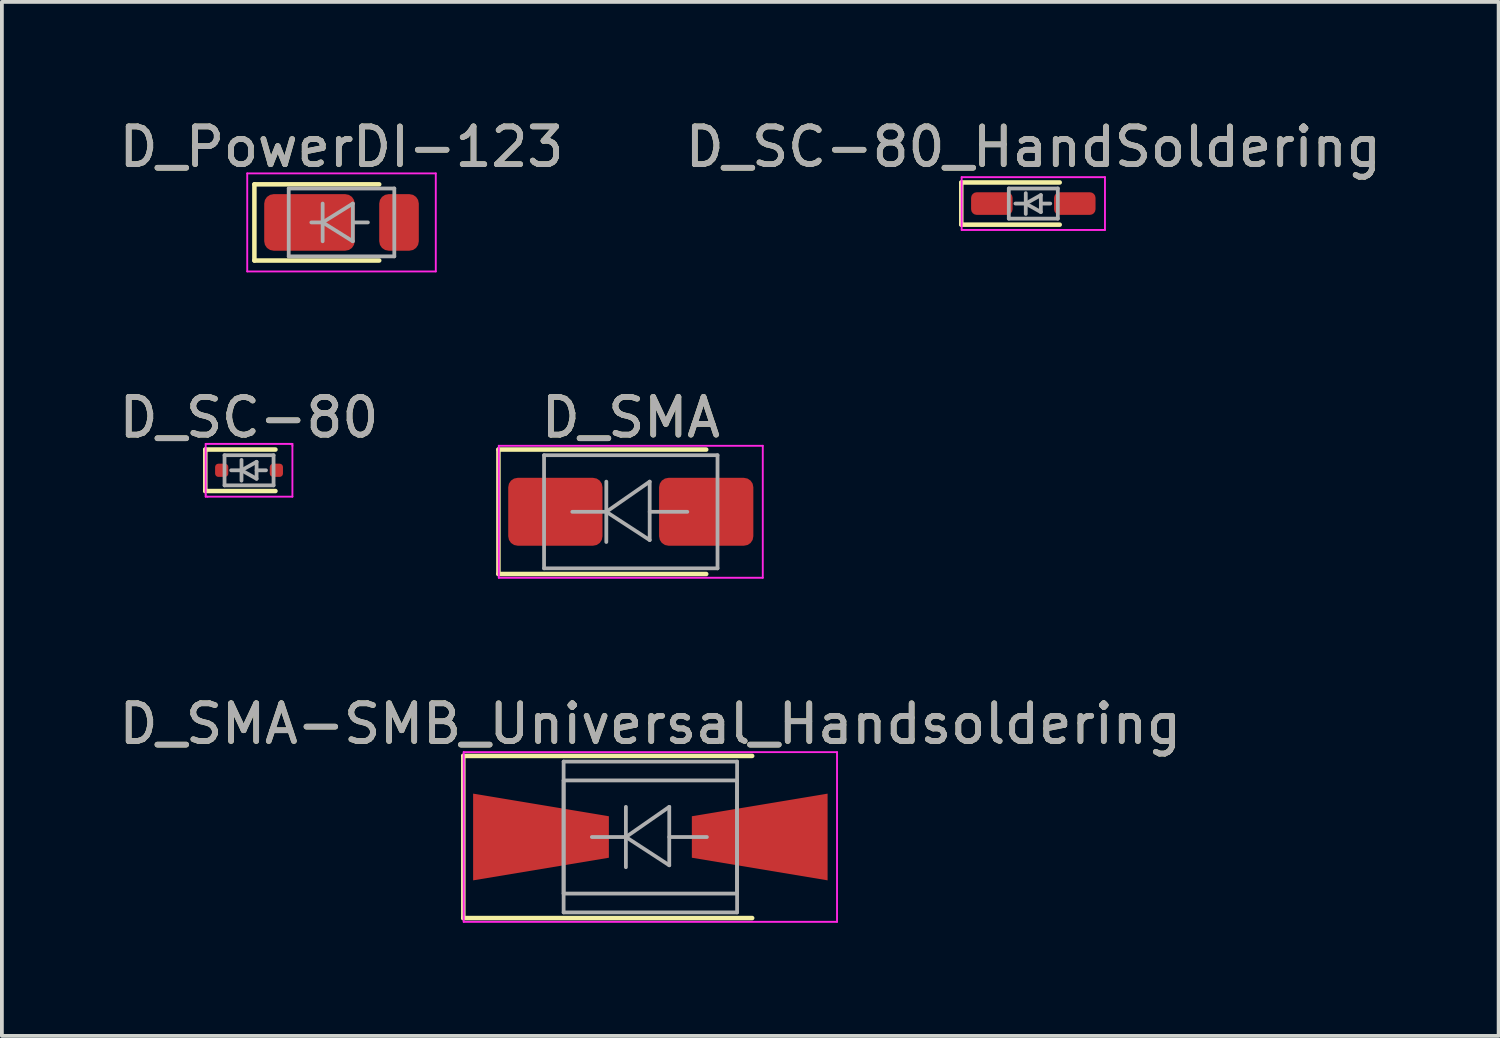
<source format=kicad_pcb>
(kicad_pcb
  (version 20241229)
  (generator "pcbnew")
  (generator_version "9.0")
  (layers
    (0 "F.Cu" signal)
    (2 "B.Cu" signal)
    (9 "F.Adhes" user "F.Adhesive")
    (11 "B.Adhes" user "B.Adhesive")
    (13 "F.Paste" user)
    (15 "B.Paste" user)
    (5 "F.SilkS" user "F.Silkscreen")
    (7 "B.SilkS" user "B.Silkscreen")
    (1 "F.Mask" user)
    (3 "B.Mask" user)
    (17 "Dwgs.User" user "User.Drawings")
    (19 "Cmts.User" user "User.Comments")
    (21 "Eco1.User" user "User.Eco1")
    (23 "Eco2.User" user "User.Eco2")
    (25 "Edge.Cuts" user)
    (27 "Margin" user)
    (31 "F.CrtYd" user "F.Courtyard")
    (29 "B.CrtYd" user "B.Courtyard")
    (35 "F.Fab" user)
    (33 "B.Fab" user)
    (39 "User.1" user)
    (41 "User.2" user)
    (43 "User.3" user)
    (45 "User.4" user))
  (footprint "D_SC-80_HandSoldering"
    (layer "F.Cu")
    (at 24.351 2.348)
    (property "Reference" "D_SC-80_HandSoldering" (at 0 -1.5 0) (layer "F.SilkS") (effects (font (size 1 1) (thickness 0.15))))
    (attr smd)
    (fp_line (start -1.91 -0.56) (end 0.7 -0.56) (stroke (width 0.12) (type solid)) (layer "F.SilkS"))
    (fp_line (start -1.91 -0.55) (end -1.91 0.55) (stroke (width 0.12) (type solid)) (layer "F.SilkS"))
    (fp_line (start -1.91 0.56) (end 0.7 0.56) (stroke (width 0.12) (type solid)) (layer "F.SilkS"))
    (fp_line (start -1.9 0.7) (end -1.9 -0.7) (stroke (width 0.05) (type solid)) (layer "F.CrtYd"))
    (fp_line (start -1.9 0.7) (end 1.9 0.7) (stroke (width 0.05) (type solid)) (layer "F.CrtYd"))
    (fp_line (start 1.9 -0.7) (end -1.9 -0.7) (stroke (width 0.05) (type solid)) (layer "F.CrtYd"))
    (fp_line (start 1.9 -0.7) (end 1.9 0.7) (stroke (width 0.05) (type solid)) (layer "F.CrtYd"))
    (fp_line (start -0.65 -0.4) (end 0.65 -0.4) (stroke (width 0.1) (type solid)) (layer "F.Fab"))
    (fp_line (start -0.65 0.4) (end -0.65 -0.4) (stroke (width 0.1) (type solid)) (layer "F.Fab"))
    (fp_line (start -0.2 -0.275) (end -0.2 0.275) (stroke (width 0.1) (type solid)) (layer "F.Fab"))
    (fp_line (start -0.2 0) (end -0.475 0) (stroke (width 0.1) (type solid)) (layer "F.Fab"))
    (fp_line (start -0.2 0) (end 0.2 -0.225) (stroke (width 0.1) (type solid)) (layer "F.Fab"))
    (fp_line (start 0.2 -0.225) (end 0.2 0.225) (stroke (width 0.1) (type solid)) (layer "F.Fab"))
    (fp_line (start 0.2 0) (end 0.45 0) (stroke (width 0.1) (type solid)) (layer "F.Fab"))
    (fp_line (start 0.2 0.225) (end -0.2 0) (stroke (width 0.1) (type solid)) (layer "F.Fab"))
    (fp_line (start 0.65 -0.4) (end 0.65 0.4) (stroke (width 0.1) (type solid)) (layer "F.Fab"))
    (fp_line (start 0.65 0.4) (end -0.65 0.4) (stroke (width 0.1) (type solid)) (layer "F.Fab"))
    (fp_text user "${REFERENCE}" (at 0 -1.5 0) (layer "F.Fab") (effects (font (size 1 1) (thickness 0.15))))
    (pad "1" smd roundrect (at -1.1 0) (size 1.1 0.6) (layers "F.Cu" "F.Mask" "F.Paste") (roundrect_rratio 0.25))
    (pad "2" smd roundrect (at 1.1 0) (size 1.1 0.6) (layers "F.Cu" "F.Mask" "F.Paste") (roundrect_rratio 0.25)))
  (footprint "D_SC-80"
    (layer "F.Cu")
    (at 3.554 9.421)
    (property "Reference" "D_SC-80" (at 0 -1.4 0) (layer "F.SilkS") (effects (font (size 1 1) (thickness 0.15))))
    (attr smd)
    (fp_line (start -1.16 -0.55) (end -1.16 0.55) (stroke (width 0.12) (type solid)) (layer "F.SilkS"))
    (fp_line (start -1.16 0.55) (end 0.7 0.55) (stroke (width 0.12) (type solid)) (layer "F.SilkS"))
    (fp_line (start 0.7 -0.55) (end -1.16 -0.55) (stroke (width 0.12) (type solid)) (layer "F.SilkS"))
    (fp_line (start -1.15 -0.7) (end 1.1 -0.7) (stroke (width 0.05) (type solid)) (layer "F.CrtYd"))
    (fp_line (start -1.15 0.65) (end -1.15 -0.7) (stroke (width 0.05) (type solid)) (layer "F.CrtYd"))
    (fp_line (start -1.15 0.65) (end -1.15 0.7) (stroke (width 0.05) (type solid)) (layer "F.CrtYd"))
    (fp_line (start -1.15 0.7) (end -1.1 0.7) (stroke (width 0.05) (type solid)) (layer "F.CrtYd"))
    (fp_line (start 1.1 -0.7) (end 1.15 -0.7) (stroke (width 0.05) (type solid)) (layer "F.CrtYd"))
    (fp_line (start 1.15 -0.7) (end 1.15 -0.65) (stroke (width 0.05) (type solid)) (layer "F.CrtYd"))
    (fp_line (start 1.15 -0.65) (end 1.15 0.7) (stroke (width 0.05) (type solid)) (layer "F.CrtYd"))
    (fp_line (start 1.15 0.7) (end -1.1 0.7) (stroke (width 0.05) (type solid)) (layer "F.CrtYd"))
    (fp_line (start -0.65 -0.4) (end 0.65 -0.4) (stroke (width 0.1) (type solid)) (layer "F.Fab"))
    (fp_line (start -0.65 0.4) (end -0.65 -0.4) (stroke (width 0.1) (type solid)) (layer "F.Fab"))
    (fp_line (start -0.2 -0.275) (end -0.2 0.275) (stroke (width 0.1) (type solid)) (layer "F.Fab"))
    (fp_line (start -0.2 0) (end -0.475 0) (stroke (width 0.1) (type solid)) (layer "F.Fab"))
    (fp_line (start -0.2 0) (end 0.2 -0.225) (stroke (width 0.1) (type solid)) (layer "F.Fab"))
    (fp_line (start 0.2 -0.225) (end 0.2 0.225) (stroke (width 0.1) (type solid)) (layer "F.Fab"))
    (fp_line (start 0.2 0) (end 0.45 0) (stroke (width 0.1) (type solid)) (layer "F.Fab"))
    (fp_line (start 0.2 0.225) (end -0.2 0) (stroke (width 0.1) (type solid)) (layer "F.Fab"))
    (fp_line (start 0.65 -0.4) (end 0.65 0.4) (stroke (width 0.1) (type solid)) (layer "F.Fab"))
    (fp_line (start 0.65 0.4) (end -0.65 0.4) (stroke (width 0.1) (type solid)) (layer "F.Fab"))
    (fp_text user "${REFERENCE}" (at 0 -1.4 0) (layer "F.Fab") (effects (font (size 1 1) (thickness 0.15))))
    (pad "1" smd roundrect (at -0.725 0) (size 0.35 0.35) (layers "F.Cu" "F.Mask" "F.Paste") (roundrect_rratio 0.25))
    (pad "2" smd roundrect (at 0.725 0) (size 0.35 0.35) (layers "F.Cu" "F.Mask" "F.Paste") (roundrect_rratio 0.25)))
  (footprint "D_PowerDI-123"
    (layer "F.Cu")
    (at 6.006 2.848)
    (property "Reference" "D_PowerDI-123" (at 0 -2 0) (layer "F.SilkS") (effects (font (size 1 1) (thickness 0.15))))
    (attr smd)
    (fp_line (start -2.31 1.01) (end -2.31 -1.01) (stroke (width 0.12) (type solid)) (layer "F.SilkS"))
    (fp_line (start -2.31 1.01) (end 1 1.01) (stroke (width 0.12) (type solid)) (layer "F.SilkS"))
    (fp_line (start 1 -1.01) (end -2.31 -1.01) (stroke (width 0.12) (type solid)) (layer "F.SilkS"))
    (fp_line (start -2.5 -1.3) (end 2.5 -1.3) (stroke (width 0.05) (type solid)) (layer "F.CrtYd"))
    (fp_line (start -2.5 1.3) (end -2.5 -1.3) (stroke (width 0.05) (type solid)) (layer "F.CrtYd"))
    (fp_line (start 2.5 -1.3) (end 2.5 1.3) (stroke (width 0.05) (type solid)) (layer "F.CrtYd"))
    (fp_line (start 2.5 1.3) (end -2.5 1.3) (stroke (width 0.05) (type solid)) (layer "F.CrtYd"))
    (fp_line (start -1.4 -0.9) (end 1.4 -0.9) (stroke (width 0.1) (type solid)) (layer "F.Fab"))
    (fp_line (start -1.4 0.9) (end -1.4 -0.9) (stroke (width 0.1) (type solid)) (layer "F.Fab"))
    (fp_line (start -0.8 0) (end -0.5 0) (stroke (width 0.1) (type solid)) (layer "F.Fab"))
    (fp_line (start -0.5 0) (end -0.5 -0.5) (stroke (width 0.1) (type solid)) (layer "F.Fab"))
    (fp_line (start -0.5 0) (end -0.5 0.5) (stroke (width 0.1) (type solid)) (layer "F.Fab"))
    (fp_line (start -0.5 0) (end 0.3 0.5) (stroke (width 0.1) (type solid)) (layer "F.Fab"))
    (fp_line (start 0.3 -0.5) (end -0.5 0) (stroke (width 0.1) (type solid)) (layer "F.Fab"))
    (fp_line (start 0.3 0) (end 0.7 0) (stroke (width 0.1) (type solid)) (layer "F.Fab"))
    (fp_line (start 0.3 0.5) (end 0.3 -0.5) (stroke (width 0.1) (type solid)) (layer "F.Fab"))
    (fp_line (start 1.4 -0.9) (end 1.4 0.9) (stroke (width 0.1) (type solid)) (layer "F.Fab"))
    (fp_line (start 1.4 0.9) (end -1.4 0.9) (stroke (width 0.1) (type solid)) (layer "F.Fab"))
    (fp_text user "${REFERENCE}" (at 0 -2 0) (layer "F.Fab") (effects (font (size 1 1) (thickness 0.15))))
    (pad "1" smd roundrect (at -0.85 0 180) (size 2.4 1.5) (layers "F.Cu" "F.Mask" "F.Paste") (roundrect_rratio 0.167))
    (pad "2" smd roundrect (at 1.525 0 180) (size 1.05 1.5) (layers "F.Cu" "F.Mask" "F.Paste") (roundrect_rratio 0.238)))
  (footprint "D_SMA"
    (layer "F.Cu")
    (at 13.677 10.521)
    (property "Reference" "D_SMA" (at 0 -2.5 0) (layer "F.SilkS") (effects (font (size 1 1) (thickness 0.15))))
    (attr smd)
    (fp_line (start -3.51 -1.65) (end -3.51 1.65) (stroke (width 0.12) (type solid)) (layer "F.SilkS"))
    (fp_line (start -3.51 -1.65) (end 2 -1.65) (stroke (width 0.12) (type solid)) (layer "F.SilkS"))
    (fp_line (start -3.51 1.65) (end 2 1.65) (stroke (width 0.12) (type solid)) (layer "F.SilkS"))
    (fp_line (start -3.5 -1.75) (end 3.5 -1.75) (stroke (width 0.05) (type solid)) (layer "F.CrtYd"))
    (fp_line (start -3.5 1.75) (end -3.5 -1.75) (stroke (width 0.05) (type solid)) (layer "F.CrtYd"))
    (fp_line (start 3.5 -1.75) (end 3.5 1.75) (stroke (width 0.05) (type solid)) (layer "F.CrtYd"))
    (fp_line (start 3.5 1.75) (end -3.5 1.75) (stroke (width 0.05) (type solid)) (layer "F.CrtYd"))
    (fp_line (start -2.3 1.5) (end -2.3 -1.5) (stroke (width 0.1) (type solid)) (layer "F.Fab"))
    (fp_line (start -0.649 -0.799) (end -0.649 0.801) (stroke (width 0.1) (type solid)) (layer "F.Fab"))
    (fp_line (start -0.649 0.001) (end -1.551 0.001) (stroke (width 0.1) (type solid)) (layer "F.Fab"))
    (fp_line (start -0.649 0.001) (end 0.501 -0.799) (stroke (width 0.1) (type solid)) (layer "F.Fab"))
    (fp_line (start -0.649 0.001) (end 0.501 0.75) (stroke (width 0.1) (type solid)) (layer "F.Fab"))
    (fp_line (start 0.501 0.001) (end 1.499 0.001) (stroke (width 0.1) (type solid)) (layer "F.Fab"))
    (fp_line (start 0.501 0.75) (end 0.501 -0.799) (stroke (width 0.1) (type solid)) (layer "F.Fab"))
    (fp_line (start 2.3 -1.5) (end -2.3 -1.5) (stroke (width 0.1) (type solid)) (layer "F.Fab"))
    (fp_line (start 2.3 -1.5) (end 2.3 1.5) (stroke (width 0.1) (type solid)) (layer "F.Fab"))
    (fp_line (start 2.3 1.5) (end -2.3 1.5) (stroke (width 0.1) (type solid)) (layer "F.Fab"))
    (fp_text user "${REFERENCE}" (at 0 -2.5 0) (layer "F.Fab") (effects (font (size 1 1) (thickness 0.15))))
    (pad "1" smd roundrect (at -2 0) (size 2.5 1.8) (layers "F.Cu" "F.Mask" "F.Paste") (roundrect_rratio 0.139))
    (pad "2" smd roundrect (at 2 0) (size 2.5 1.8) (layers "F.Cu" "F.Mask" "F.Paste") (roundrect_rratio 0.139)))
  (footprint "D_SMA-SMB_Universal_Handsoldering"
    (layer "F.Cu")
    (at 14.196 19.145)
    (property "Reference" "D_SMA-SMB_Universal_Handsoldering" (at 0 -3 0) (layer "F.SilkS") (effects (font (size 1 1) (thickness 0.15))))
    (attr smd)
    (fp_line (start -4.96 -2.15) (end -4.96 2.15) (stroke (width 0.12) (type solid)) (layer "F.SilkS"))
    (fp_line (start -4.96 -2.15) (end 2.7 -2.15) (stroke (width 0.12) (type solid)) (layer "F.SilkS"))
    (fp_line (start -4.96 2.15) (end 2.7 2.15) (stroke (width 0.12) (type solid)) (layer "F.SilkS"))
    (fp_line (start -4.95 -2.25) (end 4.95 -2.25) (stroke (width 0.05) (type solid)) (layer "F.CrtYd"))
    (fp_line (start -4.95 2.25) (end -4.95 -2.25) (stroke (width 0.05) (type solid)) (layer "F.CrtYd"))
    (fp_line (start 4.95 -2.25) (end 4.95 2.25) (stroke (width 0.05) (type solid)) (layer "F.CrtYd"))
    (fp_line (start 4.95 2.25) (end -4.95 2.25) (stroke (width 0.05) (type solid)) (layer "F.CrtYd"))
    (fp_line (start -2.3 1.5) (end -2.3 -1.5) (stroke (width 0.1) (type solid)) (layer "F.Fab"))
    (fp_line (start -2.3 2) (end -2.3 -2) (stroke (width 0.1) (type solid)) (layer "F.Fab"))
    (fp_line (start -0.649 -0.799) (end -0.649 0.801) (stroke (width 0.1) (type solid)) (layer "F.Fab"))
    (fp_line (start -0.649 0.001) (end -1.551 0.001) (stroke (width 0.1) (type solid)) (layer "F.Fab"))
    (fp_line (start -0.649 0.001) (end 0.501 -0.799) (stroke (width 0.1) (type solid)) (layer "F.Fab"))
    (fp_line (start -0.649 0.001) (end 0.501 0.75) (stroke (width 0.1) (type solid)) (layer "F.Fab"))
    (fp_line (start 0.501 0.001) (end 1.499 0.001) (stroke (width 0.1) (type solid)) (layer "F.Fab"))
    (fp_line (start 0.501 0.75) (end 0.501 -0.799) (stroke (width 0.1) (type solid)) (layer "F.Fab"))
    (fp_line (start 2.3 -2) (end -2.3 -2) (stroke (width 0.1) (type solid)) (layer "F.Fab"))
    (fp_line (start 2.3 -2) (end 2.3 2) (stroke (width 0.1) (type solid)) (layer "F.Fab"))
    (fp_line (start 2.3 -1.5) (end -2.3 -1.5) (stroke (width 0.1) (type solid)) (layer "F.Fab"))
    (fp_line (start 2.3 -1.5) (end 2.3 1.5) (stroke (width 0.1) (type solid)) (layer "F.Fab"))
    (fp_line (start 2.3 1.5) (end -2.3 1.5) (stroke (width 0.1) (type solid)) (layer "F.Fab"))
    (fp_line (start 2.3 2) (end -2.3 2) (stroke (width 0.1) (type solid)) (layer "F.Fab"))
    (fp_text user "${REFERENCE}" (at 0 -3 0) (layer "F.Fab") (effects (font (size 1 1) (thickness 0.15))))
    (pad "1" smd trapezoid (at -2.9 0) (size 3.6 1.7) (rect_delta 0.6 0) (layers "F.Cu" "F.Mask" "F.Paste"))
    (pad "2" smd trapezoid (at 2.9 0 180) (size 3.6 1.7) (rect_delta 0.6 0) (layers "F.Cu" "F.Mask" "F.Paste")))
  (gr_rect
    (start -3 -3)
    (end 36.69 24.42)
    (stroke (width 0.1) (type default))
    (fill no)
    (layer "Edge.Cuts")))
</source>
